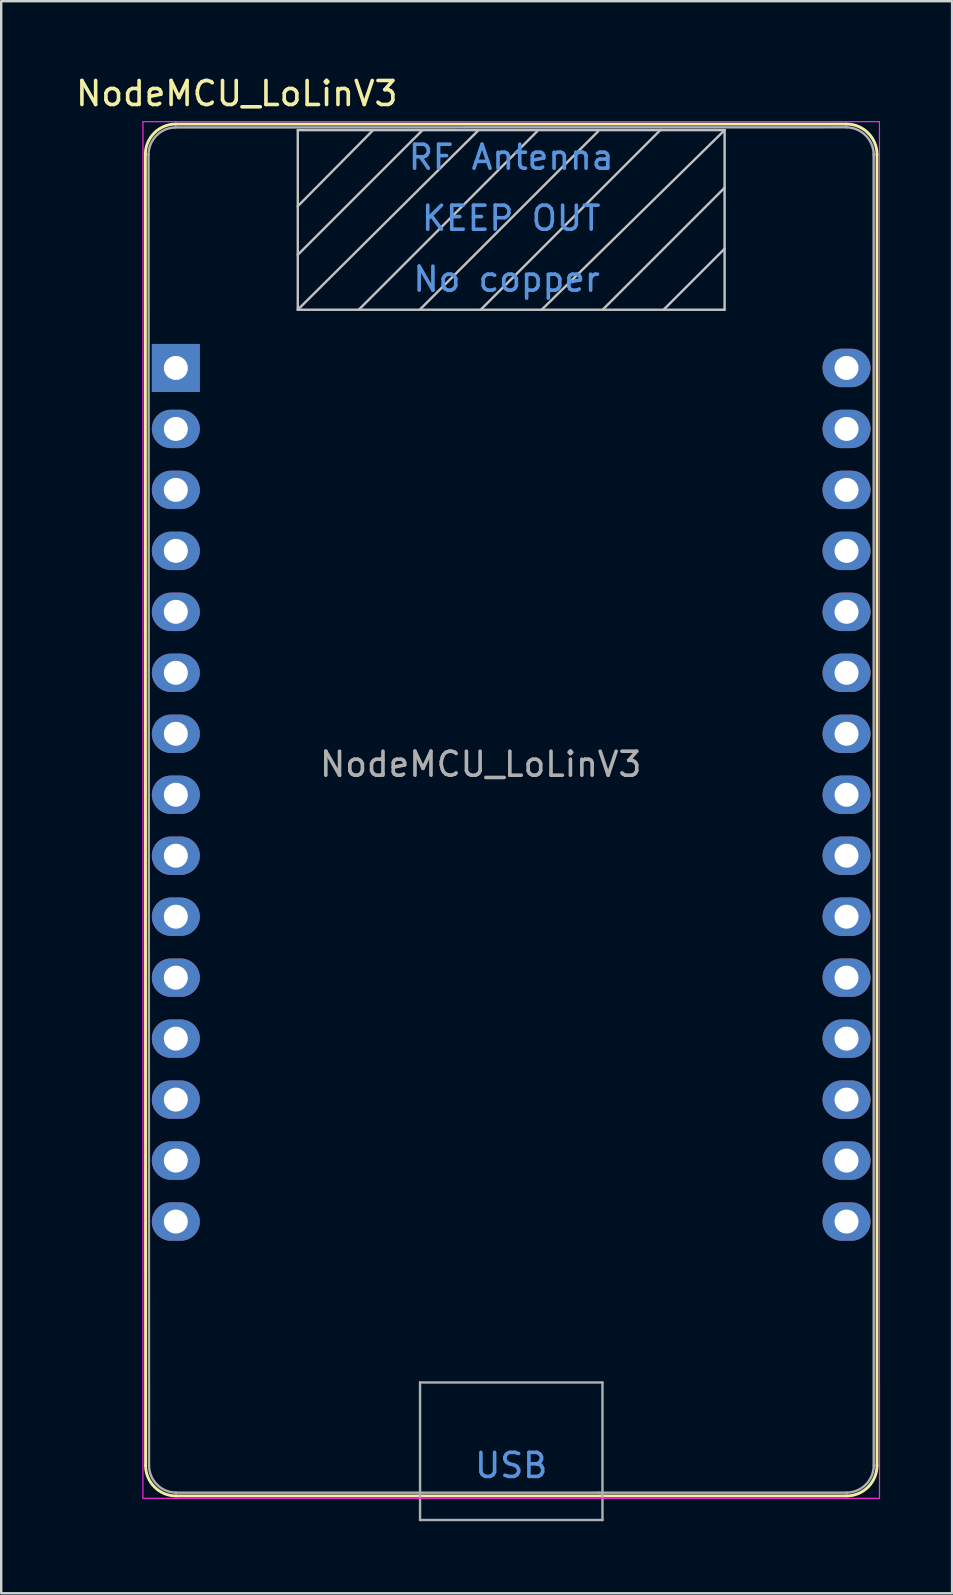
<source format=kicad_pcb>
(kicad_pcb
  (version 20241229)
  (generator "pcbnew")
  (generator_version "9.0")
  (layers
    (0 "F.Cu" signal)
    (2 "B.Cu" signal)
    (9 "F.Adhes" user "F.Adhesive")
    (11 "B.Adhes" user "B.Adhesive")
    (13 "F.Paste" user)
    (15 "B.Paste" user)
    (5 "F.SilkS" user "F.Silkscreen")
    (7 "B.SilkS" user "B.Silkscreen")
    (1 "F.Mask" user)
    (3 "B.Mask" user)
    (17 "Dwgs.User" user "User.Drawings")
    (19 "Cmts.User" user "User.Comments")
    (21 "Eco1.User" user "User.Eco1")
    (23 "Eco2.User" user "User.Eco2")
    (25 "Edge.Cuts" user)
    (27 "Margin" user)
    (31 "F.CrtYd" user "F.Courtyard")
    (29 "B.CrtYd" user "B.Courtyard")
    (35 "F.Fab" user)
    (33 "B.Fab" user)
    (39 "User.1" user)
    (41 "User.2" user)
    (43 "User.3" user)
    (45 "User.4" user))
  (footprint "NodeMCU_LoLinV3"
    (layer "F.Cu")
    (at 4.275 12.278)
    (property "Reference" "NodeMCU_LoLinV3" (at 2.54 -11.43 0) (layer "F.SilkS") (effects (font (size 1 1) (thickness 0.15))))
    (attr through_hole)
    (fp_line (start -1.27 -8.89) (end -1.26 45.72) (stroke (width 0.12) (type solid)) (layer "F.SilkS"))
    (fp_line (start 0.01 46.99) (end 27.94 46.99) (stroke (width 0.12) (type solid)) (layer "F.SilkS"))
    (fp_line (start 27.94 -10.16) (end 0 -10.16) (stroke (width 0.12) (type solid)) (layer "F.SilkS"))
    (fp_line (start 29.21 45.72) (end 29.21 -8.89) (stroke (width 0.12) (type solid)) (layer "F.SilkS"))
    (fp_arc (start -1.27 -8.89) (mid -0.898026 -9.788026) (end 0 -10.16) (stroke (width 0.12) (type solid)) (layer "F.SilkS"))
    (fp_arc (start 0.01 46.99) (mid -0.888026 46.618026) (end -1.26 45.72) (stroke (width 0.12) (type solid)) (layer "F.SilkS"))
    (fp_arc (start 27.94 -10.16) (mid 28.838026 -9.788026) (end 29.21 -8.89) (stroke (width 0.12) (type solid)) (layer "F.SilkS"))
    (fp_arc (start 29.21 45.72) (mid 28.838026 46.618026) (end 27.94 46.99) (stroke (width 0.12) (type solid)) (layer "F.SilkS"))
    (fp_line (start 5.075 -6.733) (end 8.204 -9.893) (stroke (width 0.1) (type solid)) (layer "Dwgs.User"))
    (fp_line (start 5.08 -9.906) (end 5.08 -2.426) (stroke (width 0.1) (type solid)) (layer "Dwgs.User"))
    (fp_line (start 5.08 -9.906) (end 22.86 -9.906) (stroke (width 0.1) (type solid)) (layer "Dwgs.User"))
    (fp_line (start 5.08 -4.712) (end 10.262 -9.893) (stroke (width 0.1) (type solid)) (layer "Dwgs.User"))
    (fp_line (start 5.08 -2.426) (end 12.598 -9.893) (stroke (width 0.1) (type solid)) (layer "Dwgs.User"))
    (fp_line (start 5.08 -2.426) (end 22.86 -2.426) (stroke (width 0.1) (type solid)) (layer "Dwgs.User"))
    (fp_line (start 7.62 -2.426) (end 15.05 -9.855) (stroke (width 0.1) (type solid)) (layer "Dwgs.User"))
    (fp_line (start 10.16 -2.426) (end 17.59 -9.855) (stroke (width 0.1) (type solid)) (layer "Dwgs.User"))
    (fp_line (start 12.7 -2.426) (end 20.193 -9.919) (stroke (width 0.1) (type solid)) (layer "Dwgs.User"))
    (fp_line (start 15.24 -2.426) (end 22.86 -9.906) (stroke (width 0.1) (type solid)) (layer "Dwgs.User"))
    (fp_line (start 17.78 -2.426) (end 22.86 -7.506) (stroke (width 0.1) (type solid)) (layer "Dwgs.User"))
    (fp_line (start 20.32 -2.426) (end 22.86 -4.966) (stroke (width 0.1) (type solid)) (layer "Dwgs.User"))
    (fp_line (start 22.86 -9.906) (end 22.86 -2.426) (stroke (width 0.1) (type solid)) (layer "Dwgs.User"))
    (fp_line (start -1.372 47.09) (end -1.37 -10.26) (stroke (width 0.05) (type solid)) (layer "F.CrtYd"))
    (fp_line (start 29.31 -10.26) (end -1.37 -10.26) (stroke (width 0.05) (type solid)) (layer "F.CrtYd"))
    (fp_line (start 29.312 47.09) (end -1.372 47.09) (stroke (width 0.05) (type solid)) (layer "F.CrtYd"))
    (fp_line (start 29.312 47.09) (end 29.31 -10.26) (stroke (width 0.05) (type solid)) (layer "F.CrtYd"))
    (fp_line (start -1.138 -8.882) (end -1.118 45.72) (stroke (width 0.1) (type solid)) (layer "F.Fab"))
    (fp_line (start 10.173 42.263) (end 17.773 42.263) (stroke (width 0.1) (type solid)) (layer "F.Fab"))
    (fp_line (start 10.173 47.993) (end 10.173 42.263) (stroke (width 0.1) (type solid)) (layer "F.Fab"))
    (fp_line (start 17.605 46.853) (end 0.003 46.853) (stroke (width 0.1) (type solid)) (layer "F.Fab"))
    (fp_line (start 17.773 42.263) (end 17.773 47.993) (stroke (width 0.1) (type solid)) (layer "F.Fab"))
    (fp_line (start 17.773 47.993) (end 10.173 47.993) (stroke (width 0.1) (type solid)) (layer "F.Fab"))
    (fp_line (start 27.93 -10.025) (end 0.00016 -10.02) (stroke (width 0.1) (type solid)) (layer "F.Fab"))
    (fp_line (start 27.953 46.853) (end 17.605 46.853) (stroke (width 0.1) (type solid)) (layer "F.Fab"))
    (fp_line (start 29.07 -8.89) (end 29.073 45.713) (stroke (width 0.1) (type solid)) (layer "F.Fab"))
    (fp_arc (start -1.13776 -8.88162) (mid -0.805952 -9.683893) (end -0.004909 -10.01866) (stroke (width 0.1) (type solid)) (layer "F.Fab"))
    (fp_arc (start 0.01944 46.85284) (mid -0.782829 46.521036) (end -1.1176 45.72) (stroke (width 0.1) (type solid)) (layer "F.Fab"))
    (fp_arc (start 27.93 -10.02462) (mid 28.73756 -9.685649) (end 29.073 -8.876616) (stroke (width 0.1) (type solid)) (layer "F.Fab"))
    (fp_arc (start 29.07579 45.713303) (mid 28.747598 46.513194) (end 27.9527 46.8533) (stroke (width 0.1) (type solid)) (layer "F.Fab"))
    (fp_text user "RF Antenna" (at 13.97 -8.776 0) (layer "Cmts.User") (effects (font (size 1 1) (thickness 0.15))))
    (fp_text user "USB" (at 13.97 45.72 0) (layer "Cmts.User") (effects (font (size 1 1) (thickness 0.15))))
    (fp_text user "No copper" (at 13.78 -3.696 0) (layer "Cmts.User") (effects (font (size 1 1) (thickness 0.15))))
    (fp_text user "KEEP OUT" (at 13.97 -6.236 0) (layer "Cmts.User") (effects (font (size 1 1) (thickness 0.15))))
    (fp_text user "${REFERENCE}" (at 12.7 16.51 0) (layer "F.Fab") (effects (font (size 1 1) (thickness 0.15))))
    (pad "1" thru_hole rect (at 0 0) (size 2 2) (drill 1) (layers "*.Cu" "*.Mask"))
    (pad "2" thru_hole oval (at 0 2.54) (size 2 1.6) (drill 1) (layers "*.Cu" "*.Mask"))
    (pad "3" thru_hole oval (at 0 5.08) (size 2 1.6) (drill 1) (layers "*.Cu" "*.Mask"))
    (pad "4" thru_hole oval (at 0 7.62) (size 2 1.6) (drill 1) (layers "*.Cu" "*.Mask"))
    (pad "5" thru_hole oval (at 0 10.16) (size 2 1.6) (drill 1) (layers "*.Cu" "*.Mask"))
    (pad "6" thru_hole oval (at 0 12.7) (size 2 1.6) (drill 1) (layers "*.Cu" "*.Mask"))
    (pad "7" thru_hole oval (at 0 15.24) (size 2 1.6) (drill 1) (layers "*.Cu" "*.Mask"))
    (pad "8" thru_hole oval (at 0 17.78) (size 2 1.6) (drill 1) (layers "*.Cu" "*.Mask"))
    (pad "9" thru_hole oval (at 0 20.32) (size 2 1.6) (drill 1) (layers "*.Cu" "*.Mask"))
    (pad "10" thru_hole oval (at 0 22.86) (size 2 1.6) (drill 1) (layers "*.Cu" "*.Mask"))
    (pad "11" thru_hole oval (at 0 25.4) (size 2 1.6) (drill 1) (layers "*.Cu" "*.Mask"))
    (pad "12" thru_hole oval (at 0 27.94) (size 2 1.6) (drill 1) (layers "*.Cu" "*.Mask"))
    (pad "13" thru_hole oval (at 0 30.48) (size 2 1.6) (drill 1) (layers "*.Cu" "*.Mask"))
    (pad "14" thru_hole oval (at 0 33.02) (size 2 1.6) (drill 1) (layers "*.Cu" "*.Mask"))
    (pad "15" thru_hole oval (at 0 35.56) (size 2 1.6) (drill 1) (layers "*.Cu" "*.Mask"))
    (pad "16" thru_hole oval (at 27.94 35.56) (size 2 1.6) (drill 1) (layers "*.Cu" "*.Mask"))
    (pad "17" thru_hole oval (at 27.94 33.02) (size 2 1.6) (drill 1) (layers "*.Cu" "*.Mask"))
    (pad "18" thru_hole oval (at 27.94 30.48) (size 2 1.6) (drill 1) (layers "*.Cu" "*.Mask"))
    (pad "19" thru_hole oval (at 27.94 27.94) (size 2 1.6) (drill 1) (layers "*.Cu" "*.Mask"))
    (pad "20" thru_hole oval (at 27.94 25.4) (size 2 1.6) (drill 1) (layers "*.Cu" "*.Mask"))
    (pad "21" thru_hole oval (at 27.94 22.86) (size 2 1.6) (drill 1) (layers "*.Cu" "*.Mask"))
    (pad "22" thru_hole oval (at 27.94 20.32) (size 2 1.6) (drill 1) (layers "*.Cu" "*.Mask"))
    (pad "23" thru_hole oval (at 27.94 17.78) (size 2 1.6) (drill 1) (layers "*.Cu" "*.Mask"))
    (pad "24" thru_hole oval (at 27.94 15.24) (size 2 1.6) (drill 1) (layers "*.Cu" "*.Mask"))
    (pad "25" thru_hole oval (at 27.94 12.7) (size 2 1.6) (drill 1) (layers "*.Cu" "*.Mask"))
    (pad "26" thru_hole oval (at 27.94 10.16) (size 2 1.6) (drill 1) (layers "*.Cu" "*.Mask"))
    (pad "27" thru_hole oval (at 27.94 7.62) (size 2 1.6) (drill 1) (layers "*.Cu" "*.Mask"))
    (pad "28" thru_hole oval (at 27.94 5.08) (size 2 1.6) (drill 1) (layers "*.Cu" "*.Mask"))
    (pad "29" thru_hole oval (at 27.94 2.54) (size 2 1.6) (drill 1) (layers "*.Cu" "*.Mask"))
    (pad "30" thru_hole oval (at 27.94 0) (size 2 1.6) (drill 1) (layers "*.Cu" "*.Mask")))
  (gr_rect
    (start -3 -3)
    (end 36.612 63.322)
    (stroke (width 0.1) (type default))
    (fill no)
    (layer "Edge.Cuts")))
</source>
